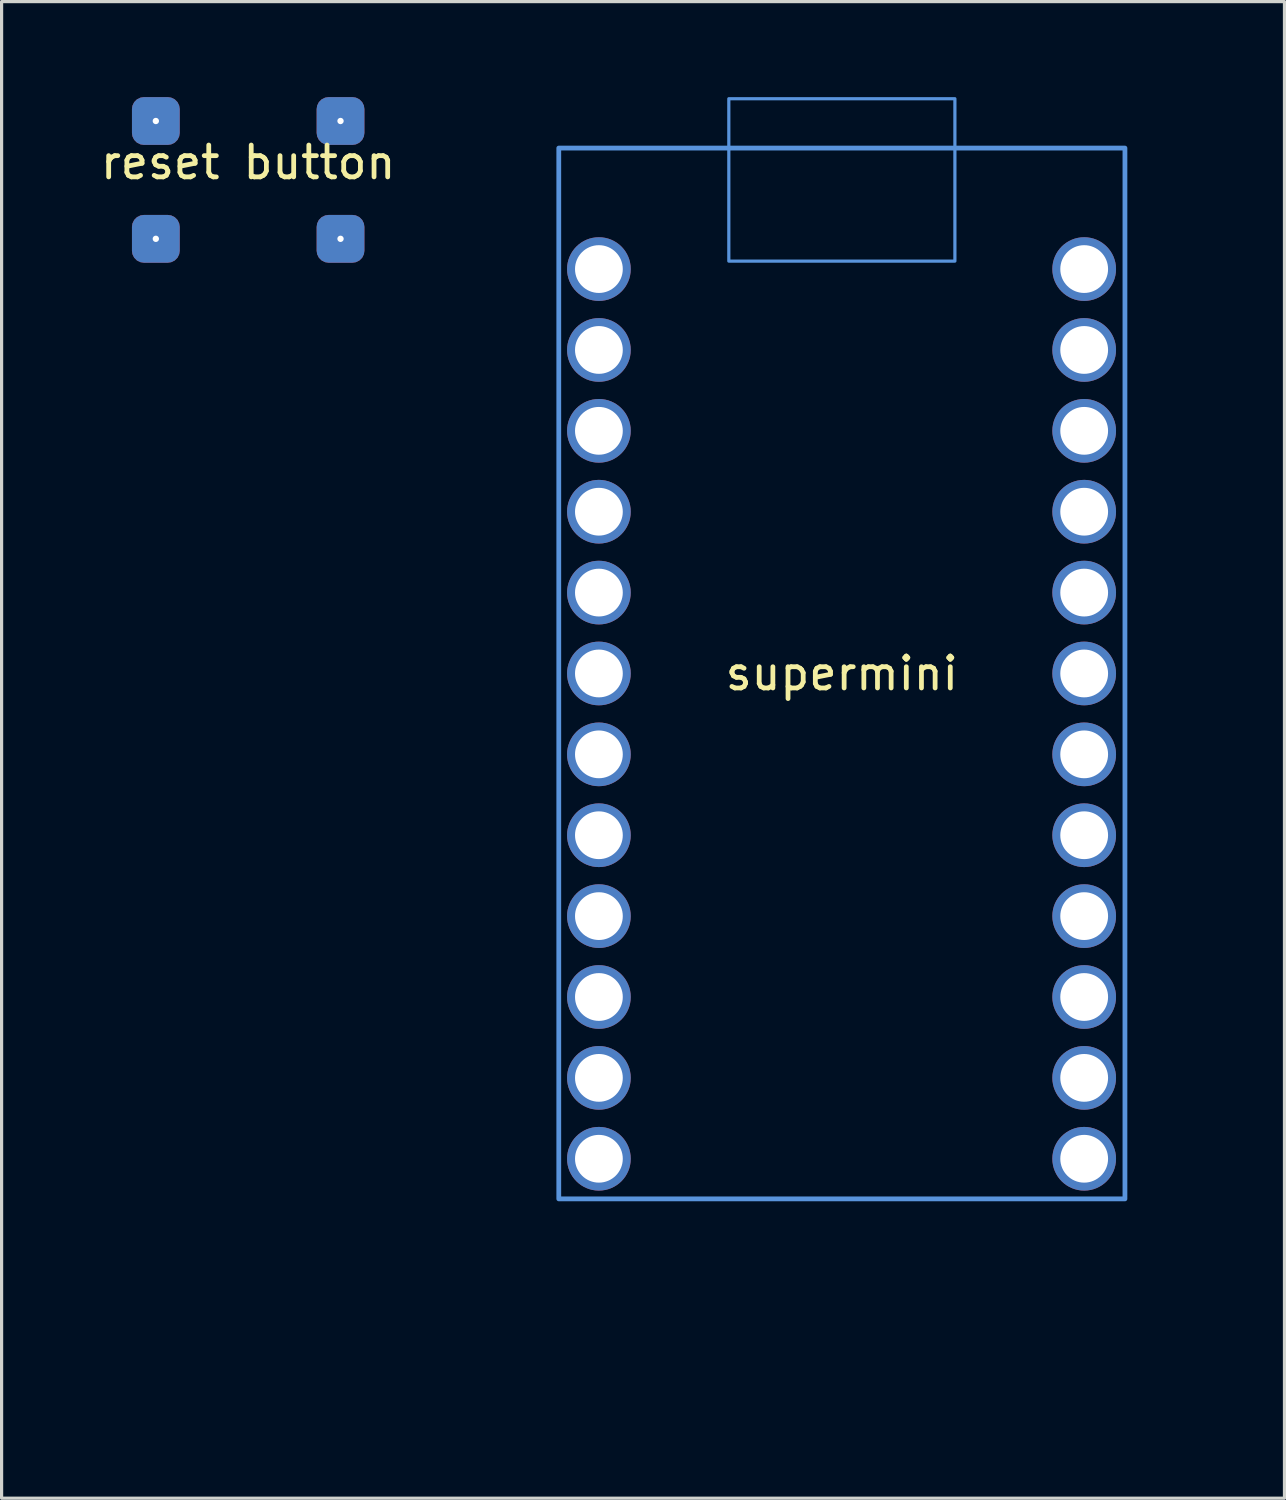
<source format=kicad_pcb>
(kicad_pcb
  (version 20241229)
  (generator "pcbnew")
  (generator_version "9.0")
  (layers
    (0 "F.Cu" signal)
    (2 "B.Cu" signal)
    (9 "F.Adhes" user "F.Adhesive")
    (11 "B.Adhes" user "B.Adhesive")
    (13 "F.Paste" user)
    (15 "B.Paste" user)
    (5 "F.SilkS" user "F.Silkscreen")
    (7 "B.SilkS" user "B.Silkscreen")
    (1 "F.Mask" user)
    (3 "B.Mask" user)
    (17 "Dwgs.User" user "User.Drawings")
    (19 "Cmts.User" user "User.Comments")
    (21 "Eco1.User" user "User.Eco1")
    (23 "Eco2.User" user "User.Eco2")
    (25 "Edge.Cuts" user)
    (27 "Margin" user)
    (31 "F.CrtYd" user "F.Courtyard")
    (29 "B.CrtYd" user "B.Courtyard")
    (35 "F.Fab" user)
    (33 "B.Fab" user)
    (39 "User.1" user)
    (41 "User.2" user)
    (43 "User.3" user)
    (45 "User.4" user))
  (footprint "reset button"
    (layer "F.Cu")
    (at 4.744 0.75)
    (property "Reference" "reset button" (at 0 1.3 0) (unlocked yes) (layer "F.SilkS") (effects (font (size 1 1) (thickness 0.15))))
    (attr smd)
    (pad "1" thru_hole roundrect (at -2.9 0) (size 1.5 1.5) (drill 0.2) (layers "*.Cu" "F.Mask" "F.Paste") (roundrect_rratio 0.25))
    (pad "1" thru_hole roundrect (at 2.9 0) (size 1.5 1.5) (drill 0.2) (layers "*.Cu" "F.Mask" "F.Paste") (roundrect_rratio 0.25))
    (pad "2" thru_hole roundrect (at -2.9 3.7) (size 1.5 1.5) (drill 0.2) (layers "*.Cu" "F.Mask" "F.Paste") (roundrect_rratio 0.25))
    (pad "2" thru_hole roundrect (at 2.9 3.7) (size 1.5 1.5) (drill 0.2) (layers "*.Cu" "F.Mask" "F.Paste") (roundrect_rratio 0.25)))
  (footprint "supermini"
    (layer "F.Cu")
    (at 23.388 18.6)
    (property "Reference" "supermini" (at 0 -0.5 0) (unlocked yes) (layer "F.SilkS") (effects (font (size 1 1) (thickness 0.15))))
    (attr smd)
    (fp_rect (start -8.89 -17) (end 8.89 16) (stroke (width 0.15) (type solid)) (fill no) (layer "Cmts.User"))
    (fp_rect (start -3.55 -18.55) (end 3.55 -13.45) (stroke (width 0.1) (type solid)) (fill no) (layer "Cmts.User"))
    (pad "1" thru_hole circle (at 7.61 -13.2) (size 2 2) (drill 1.5) (layers "*.Cu" "B.Mask" "B.Paste"))
    (pad "2" thru_hole circle (at 7.61 -10.66) (size 2 2) (drill 1.5) (layers "*.Cu" "B.Mask" "B.Paste"))
    (pad "3" thru_hole circle (at 7.61 -8.12) (size 2 2) (drill 1.5) (layers "*.Cu" "B.Mask" "B.Paste"))
    (pad "4" thru_hole circle (at 7.61 -5.58) (size 2 2) (drill 1.5) (layers "*.Cu" "B.Mask" "B.Paste"))
    (pad "5" thru_hole circle (at 7.61 -3.04) (size 2 2) (drill 1.5) (layers "*.Cu" "B.Mask" "B.Paste"))
    (pad "6" thru_hole circle (at 7.61 -0.5) (size 2 2) (drill 1.5) (layers "*.Cu" "B.Mask" "B.Paste"))
    (pad "7" thru_hole circle (at 7.61 2.04) (size 2 2) (drill 1.5) (layers "*.Cu" "B.Mask" "B.Paste"))
    (pad "8" thru_hole circle (at 7.61 4.58) (size 2 2) (drill 1.5) (layers "*.Cu" "B.Mask" "B.Paste"))
    (pad "9" thru_hole circle (at 7.61 7.12) (size 2 2) (drill 1.5) (layers "*.Cu" "B.Mask" "B.Paste"))
    (pad "10" thru_hole circle (at 7.61 9.66) (size 2 2) (drill 1.5) (layers "*.Cu" "B.Mask" "B.Paste"))
    (pad "11" thru_hole circle (at 7.61 12.2) (size 2 2) (drill 1.5) (layers "*.Cu" "B.Mask" "B.Paste"))
    (pad "12" thru_hole circle (at 7.61 14.74) (size 2 2) (drill 1.5) (layers "*.Cu" "B.Mask" "B.Paste"))
    (pad "13" thru_hole circle (at -7.63 -13.2) (size 2 2) (drill 1.5) (layers "*.Cu" "B.Mask" "B.Paste"))
    (pad "14" thru_hole circle (at -7.63 -10.66) (size 2 2) (drill 1.5) (layers "*.Cu" "B.Mask" "B.Paste"))
    (pad "15" thru_hole circle (at -7.63 -8.12) (size 2 2) (drill 1.5) (layers "*.Cu" "B.Mask" "B.Paste"))
    (pad "16" thru_hole circle (at -7.63 -5.58) (size 2 2) (drill 1.5) (layers "*.Cu" "B.Mask" "B.Paste"))
    (pad "17" thru_hole circle (at -7.63 -3.04) (size 2 2) (drill 1.5) (layers "*.Cu" "B.Mask" "B.Paste"))
    (pad "18" thru_hole circle (at -7.63 -0.5) (size 2 2) (drill 1.5) (layers "*.Cu" "B.Mask" "B.Paste"))
    (pad "19" thru_hole circle (at -7.63 2.04) (size 2 2) (drill 1.5) (layers "*.Cu" "B.Mask" "B.Paste"))
    (pad "20" thru_hole circle (at -7.63 4.58) (size 2 2) (drill 1.5) (layers "*.Cu" "B.Mask" "B.Paste"))
    (pad "21" thru_hole circle (at -7.63 7.12) (size 2 2) (drill 1.5) (layers "*.Cu" "B.Mask" "B.Paste"))
    (pad "22" thru_hole circle (at -7.63 9.66) (size 2 2) (drill 1.5) (layers "*.Cu" "B.Mask" "B.Paste"))
    (pad "23" thru_hole circle (at -7.63 12.2) (size 2 2) (drill 1.5) (layers "*.Cu" "B.Mask" "B.Paste"))
    (pad "24" thru_hole circle (at -7.63 14.74) (size 2 2) (drill 1.5) (layers "*.Cu" "B.Mask" "B.Paste"))
    (zone (net_name "") (layers "F.Cu" "B.Cu") (hatch edge 0.5) (connect_pads) (min_thickness 0.25) (filled_areas_thickness no) (keepout (tracks allowed) (vias allowed) (pads allowed) (copperpour not_allowed) (footprints allowed)) (placement (enabled no)) (fill) (polygon (pts (xy 12.488 29.6) (xy 12.488 41) (xy 34.288 41) (xy 34.288 29.6)))))
  (gr_rect
    (start -3 -3)
    (end 37.288 44)
    (stroke (width 0.1) (type default))
    (fill no)
    (layer "Edge.Cuts")))
</source>
